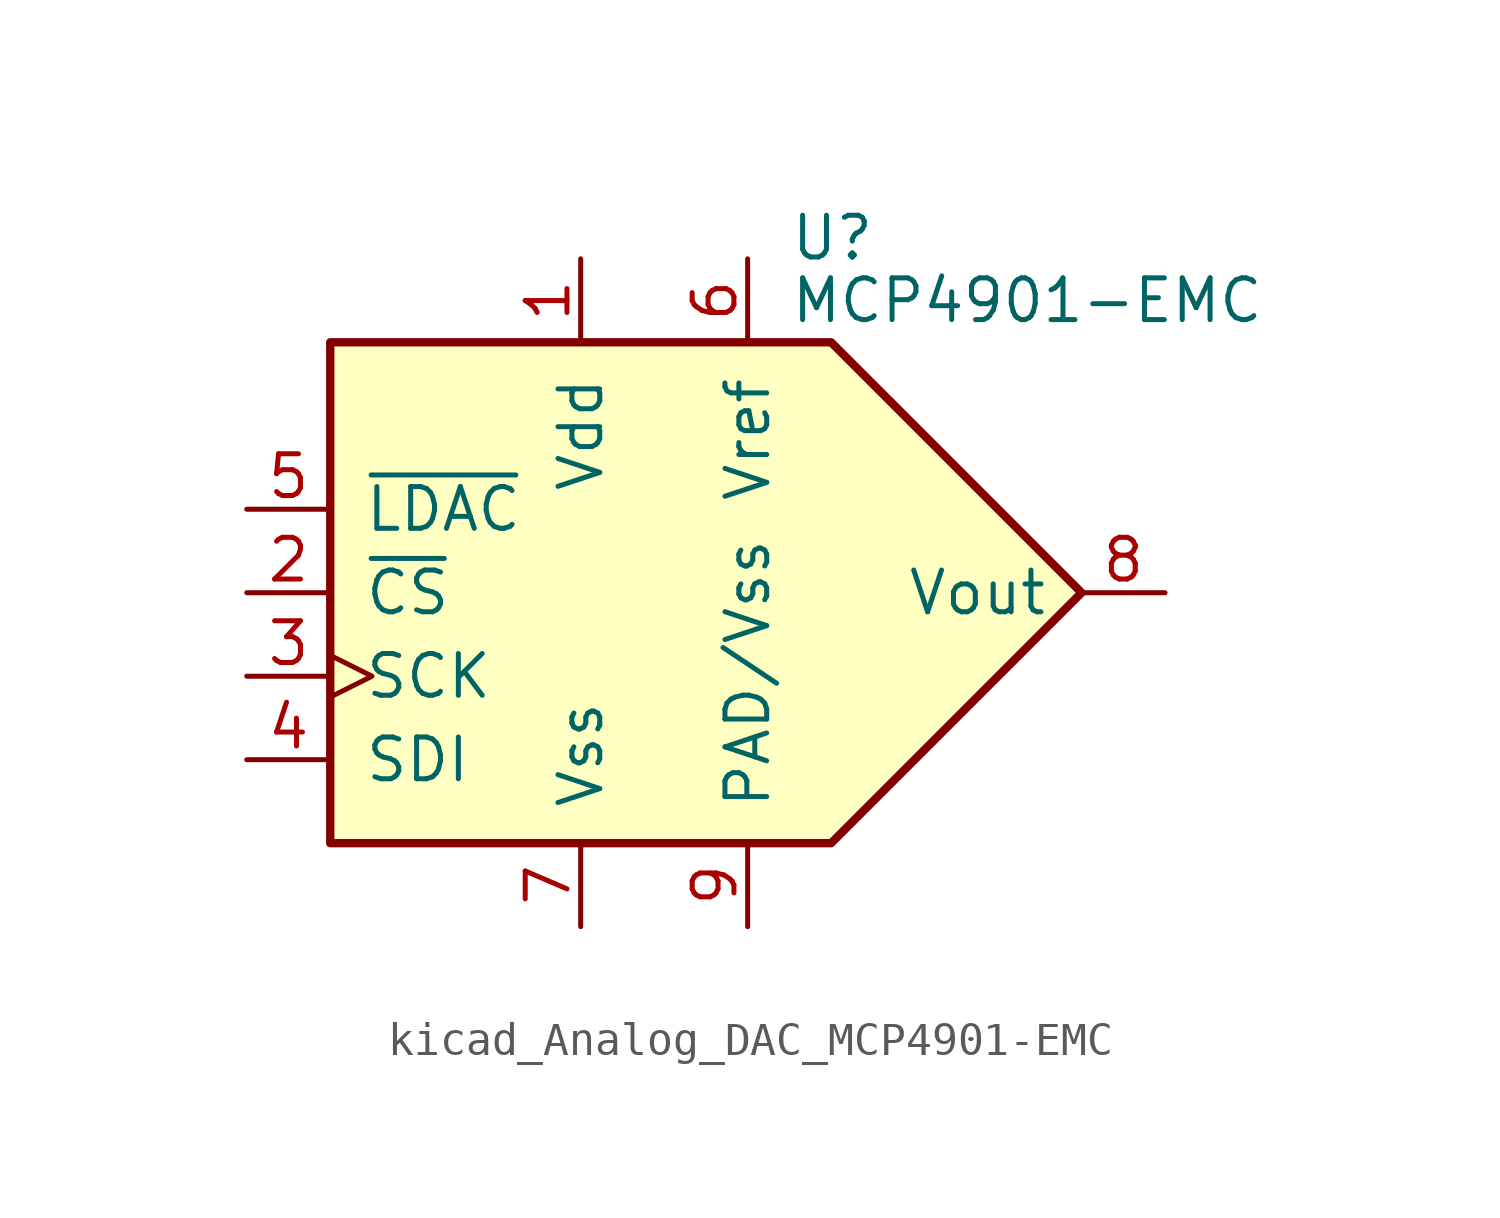
<source format=kicad_sym>
(kicad_symbol_lib
  (version 20220914)
  (generator kicad_symbol_editor)
  (symbol "kicad_Analog_DAC_MCP4901-EMC"
    (pin_names
      (offset 1.016))
    (property "Reference" "U"
      (at 6.35 10.795 0)
      (effects (font (size 1.27 1.27)) (justify left)))
    (property "Value" "MCP4901-EMC"
      (at 6.35 8.89 0)
      (effects (font (size 1.27 1.27)) (justify left)))
    (symbol "kicad_Analog_DAC_MCP4901-EMC_0_0"
      (polyline (pts (xy 15.24 0) (xy 7.62 7.62) (xy -7.62 7.62) (xy -7.62 -7.62) (xy 7.62 -7.62) (xy 15.24 0)) (stroke (width 0.254) (type default)) (fill (type background))))
    (symbol "kicad_Analog_DAC_MCP4901-EMC_1_1"
      (pin power_in line (at 0 10.16 270) (length 2.54) (name "Vdd" (effects (font (size 1.27 1.27)))) (number "1" (effects (font (size 1.27 1.27)))))
      (pin input line (at -10.16 0 0) (length 2.54) (name "~{CS}" (effects (font (size 1.27 1.27)))) (number "2" (effects (font (size 1.27 1.27)))))
      (pin input clock (at -10.16 -2.54 0) (length 2.54) (name "SCK" (effects (font (size 1.27 1.27)))) (number "3" (effects (font (size 1.27 1.27)))))
      (pin input line (at -10.16 -5.08 0) (length 2.54) (name "SDI" (effects (font (size 1.27 1.27)))) (number "4" (effects (font (size 1.27 1.27)))))
      (pin input line (at -10.16 2.54 0) (length 2.54) (name "~{LDAC}" (effects (font (size 1.27 1.27)))) (number "5" (effects (font (size 1.27 1.27)))))
      (pin power_in line (at 5.08 10.16 270) (length 2.54) (name "Vref" (effects (font (size 1.27 1.27)))) (number "6" (effects (font (size 1.27 1.27)))))
      (pin power_in line (at 0 -10.16 90) (length 2.54) (name "Vss" (effects (font (size 1.27 1.27)))) (number "7" (effects (font (size 1.27 1.27)))))
      (pin output line (at 17.78 0 180) (length 2.54) (name "Vout" (effects (font (size 1.27 1.27)))) (number "8" (effects (font (size 1.27 1.27)))))
      (pin power_in line (at 5.08 -10.16 90) (length 2.54) (name "PAD/Vss" (effects (font (size 1.27 1.27)))) (number "9" (effects (font (size 1.27 1.27))))))))
</source>
